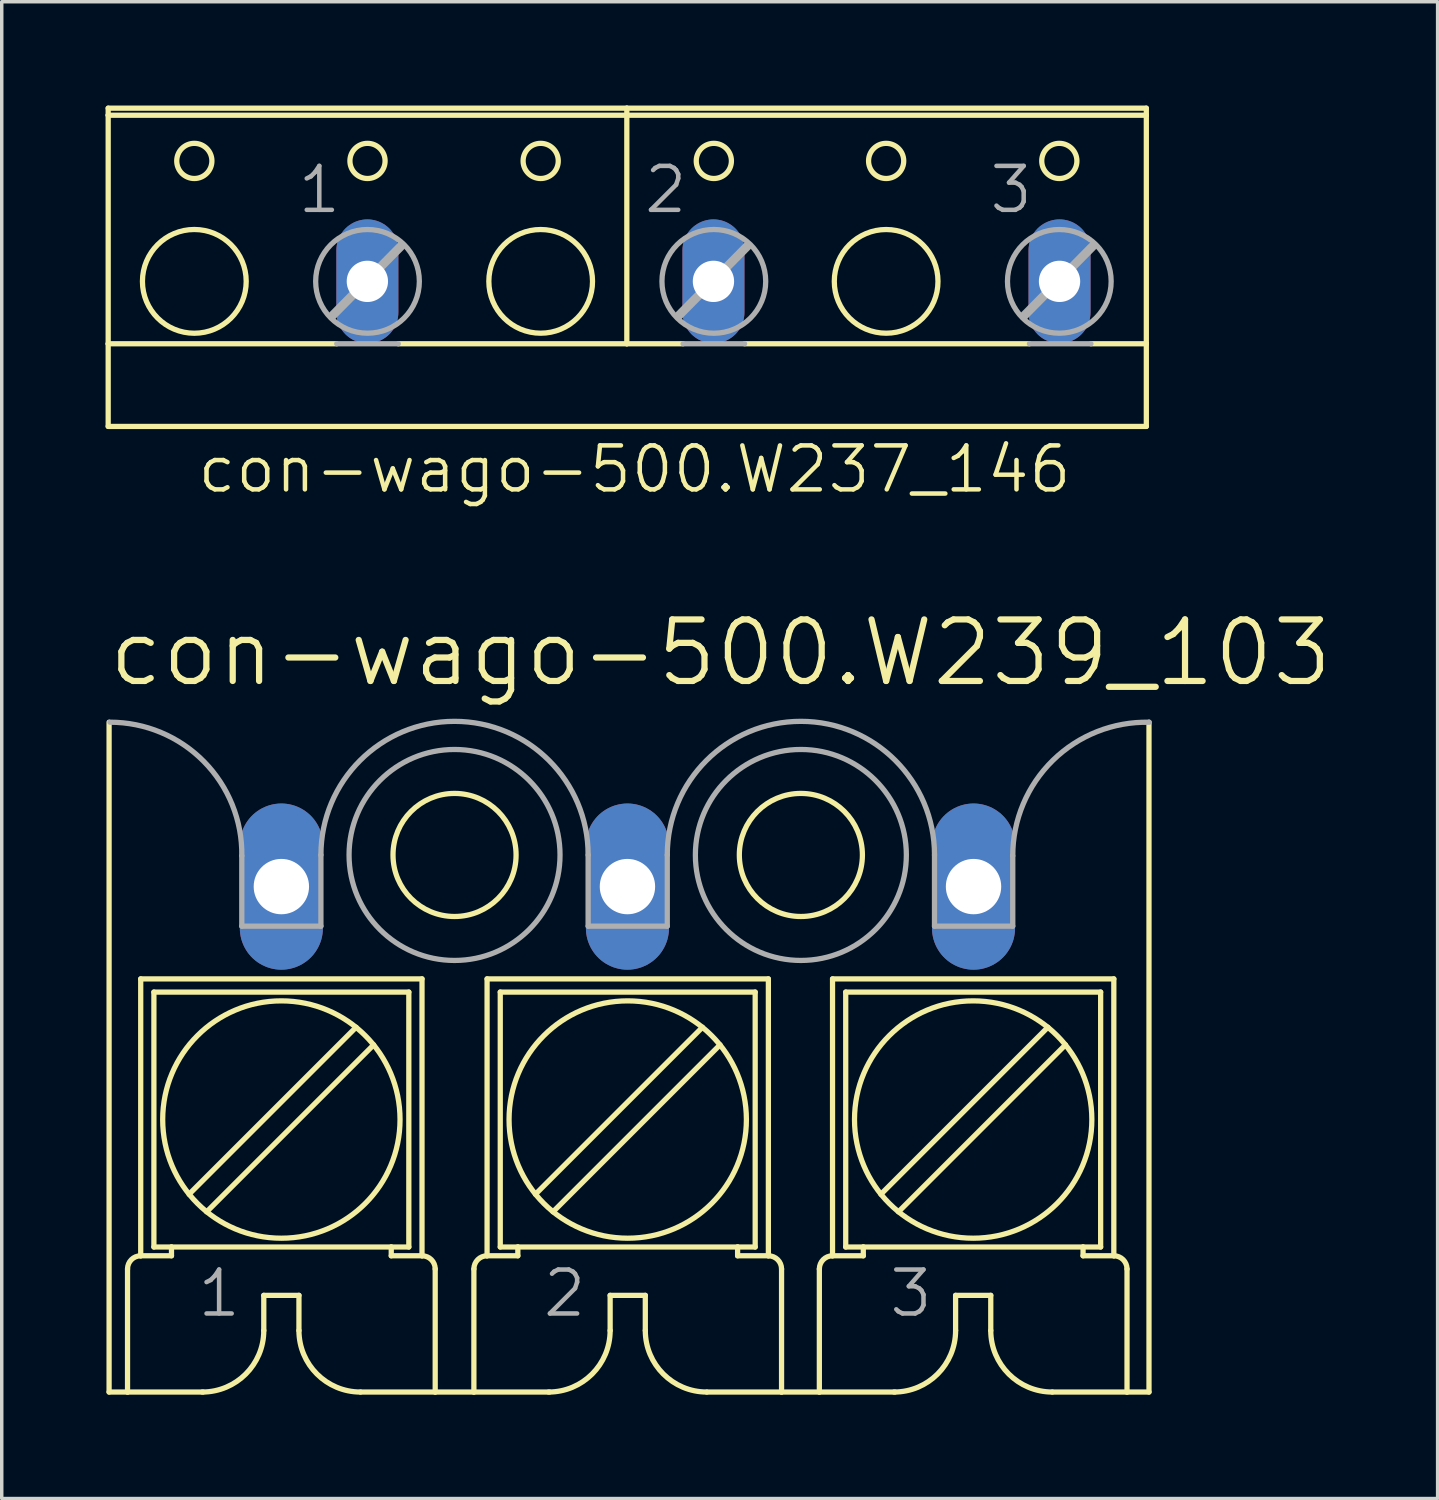
<source format=kicad_pcb>
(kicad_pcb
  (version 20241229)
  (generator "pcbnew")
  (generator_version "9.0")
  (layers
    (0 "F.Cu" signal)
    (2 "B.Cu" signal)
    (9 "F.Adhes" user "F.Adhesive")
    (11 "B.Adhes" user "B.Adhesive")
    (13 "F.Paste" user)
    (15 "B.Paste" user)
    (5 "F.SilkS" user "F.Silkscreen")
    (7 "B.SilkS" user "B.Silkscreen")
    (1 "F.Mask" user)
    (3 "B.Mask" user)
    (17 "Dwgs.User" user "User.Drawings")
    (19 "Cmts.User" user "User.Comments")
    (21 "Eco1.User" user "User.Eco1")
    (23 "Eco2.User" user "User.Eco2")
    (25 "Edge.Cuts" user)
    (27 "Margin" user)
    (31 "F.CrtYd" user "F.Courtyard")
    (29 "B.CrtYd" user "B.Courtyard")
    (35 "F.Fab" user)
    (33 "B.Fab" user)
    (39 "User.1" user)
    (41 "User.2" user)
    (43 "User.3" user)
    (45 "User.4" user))
  (footprint "con-wago-500.W239_103"
    (layer "F.Cu")
    (at 15.08 27.568)
    (property "Reference" "con-wago-500.W239_103" (at -15.08 -10.715 0) (layer "F.SilkS") (effects (font (size 1.778 1.778) (thickness 0.18)) (justify left bottom)))
    (attr through_hole)
    (fp_line (start -14.978 9.605) (end -14.978 -9.75) (stroke (width 0.152) (type default)) (layer "F.SilkS"))
    (fp_line (start -14.978 9.605) (end -14.445 9.605) (stroke (width 0.152) (type default)) (layer "F.SilkS"))
    (fp_line (start -14.445 9.605) (end -14.445 6.049) (stroke (width 0.152) (type default)) (layer "F.SilkS"))
    (fp_line (start -14.445 9.605) (end -12.261 9.605) (stroke (width 0.152) (type default)) (layer "F.SilkS"))
    (fp_line (start -14.064 -2.333) (end -5.936 -2.333) (stroke (width 0.152) (type default)) (layer "F.SilkS"))
    (fp_line (start -14.064 5.668) (end -14.064 -2.333) (stroke (width 0.152) (type default)) (layer "F.SilkS"))
    (fp_line (start -14.064 5.668) (end -13.175 5.668) (stroke (width 0.152) (type default)) (layer "F.SilkS"))
    (fp_line (start -13.683 -1.952) (end -6.317 -1.952) (stroke (width 0.152) (type default)) (layer "F.SilkS"))
    (fp_line (start -13.683 5.414) (end -13.683 -1.952) (stroke (width 0.152) (type default)) (layer "F.SilkS"))
    (fp_line (start -13.683 5.414) (end -13.175 5.414) (stroke (width 0.152) (type default)) (layer "F.SilkS"))
    (fp_line (start -13.175 5.414) (end -13.175 5.668) (stroke (width 0.152) (type default)) (layer "F.SilkS"))
    (fp_line (start -12.667 3.89) (end -7.841 -0.936) (stroke (width 0.152) (type default)) (layer "F.SilkS"))
    (fp_line (start -12.159 4.398) (end -7.333 -0.428) (stroke (width 0.152) (type default)) (layer "F.SilkS"))
    (fp_line (start -10.508 6.811) (end -10.508 7.827) (stroke (width 0.152) (type default)) (layer "F.SilkS"))
    (fp_line (start -10.508 6.811) (end -9.492 6.811) (stroke (width 0.152) (type default)) (layer "F.SilkS"))
    (fp_line (start -9.492 6.811) (end -9.492 7.827) (stroke (width 0.152) (type default)) (layer "F.SilkS"))
    (fp_line (start -7.714 9.605) (end -5.555 9.605) (stroke (width 0.152) (type default)) (layer "F.SilkS"))
    (fp_line (start -6.825 5.414) (end -13.175 5.414) (stroke (width 0.152) (type default)) (layer "F.SilkS"))
    (fp_line (start -6.825 5.414) (end -6.825 5.668) (stroke (width 0.152) (type default)) (layer "F.SilkS"))
    (fp_line (start -6.825 5.414) (end -6.317 5.414) (stroke (width 0.152) (type default)) (layer "F.SilkS"))
    (fp_line (start -6.825 5.668) (end -5.936 5.668) (stroke (width 0.152) (type default)) (layer "F.SilkS"))
    (fp_line (start -6.317 5.414) (end -6.317 -1.952) (stroke (width 0.152) (type default)) (layer "F.SilkS"))
    (fp_line (start -5.936 5.668) (end -5.936 -2.333) (stroke (width 0.152) (type default)) (layer "F.SilkS"))
    (fp_line (start -5.555 9.605) (end -5.555 6.049) (stroke (width 0.152) (type default)) (layer "F.SilkS"))
    (fp_line (start -5.555 9.605) (end -4.437 9.605) (stroke (width 0.152) (type default)) (layer "F.SilkS"))
    (fp_line (start -4.437 9.605) (end -4.437 6.049) (stroke (width 0.152) (type default)) (layer "F.SilkS"))
    (fp_line (start -4.437 9.605) (end -2.253 9.605) (stroke (width 0.152) (type default)) (layer "F.SilkS"))
    (fp_line (start -4.056 -2.333) (end 4.072 -2.333) (stroke (width 0.152) (type default)) (layer "F.SilkS"))
    (fp_line (start -4.056 5.668) (end -4.056 -2.333) (stroke (width 0.152) (type default)) (layer "F.SilkS"))
    (fp_line (start -4.056 5.668) (end -3.167 5.668) (stroke (width 0.152) (type default)) (layer "F.SilkS"))
    (fp_line (start -3.675 -1.952) (end 3.691 -1.952) (stroke (width 0.152) (type default)) (layer "F.SilkS"))
    (fp_line (start -3.675 5.414) (end -3.675 -1.952) (stroke (width 0.152) (type default)) (layer "F.SilkS"))
    (fp_line (start -3.675 5.414) (end -3.167 5.414) (stroke (width 0.152) (type default)) (layer "F.SilkS"))
    (fp_line (start -3.167 5.414) (end -3.167 5.668) (stroke (width 0.152) (type default)) (layer "F.SilkS"))
    (fp_line (start -2.659 3.89) (end 2.167 -0.936) (stroke (width 0.152) (type default)) (layer "F.SilkS"))
    (fp_line (start -2.151 4.398) (end 2.675 -0.428) (stroke (width 0.152) (type default)) (layer "F.SilkS"))
    (fp_line (start -0.5 6.811) (end -0.5 7.827) (stroke (width 0.152) (type default)) (layer "F.SilkS"))
    (fp_line (start -0.5 6.811) (end 0.516 6.811) (stroke (width 0.152) (type default)) (layer "F.SilkS"))
    (fp_line (start 0.516 6.811) (end 0.516 7.827) (stroke (width 0.152) (type default)) (layer "F.SilkS"))
    (fp_line (start 2.294 9.605) (end 4.453 9.605) (stroke (width 0.152) (type default)) (layer "F.SilkS"))
    (fp_line (start 3.183 5.414) (end -3.167 5.414) (stroke (width 0.152) (type default)) (layer "F.SilkS"))
    (fp_line (start 3.183 5.414) (end 3.183 5.668) (stroke (width 0.152) (type default)) (layer "F.SilkS"))
    (fp_line (start 3.183 5.414) (end 3.691 5.414) (stroke (width 0.152) (type default)) (layer "F.SilkS"))
    (fp_line (start 3.183 5.668) (end 4.072 5.668) (stroke (width 0.152) (type default)) (layer "F.SilkS"))
    (fp_line (start 3.691 5.414) (end 3.691 -1.952) (stroke (width 0.152) (type default)) (layer "F.SilkS"))
    (fp_line (start 4.072 5.668) (end 4.072 -2.333) (stroke (width 0.152) (type default)) (layer "F.SilkS"))
    (fp_line (start 4.453 9.605) (end 4.453 6.049) (stroke (width 0.152) (type default)) (layer "F.SilkS"))
    (fp_line (start 4.453 9.605) (end 5.545 9.605) (stroke (width 0.152) (type default)) (layer "F.SilkS"))
    (fp_line (start 5.545 9.605) (end 5.545 6.049) (stroke (width 0.152) (type default)) (layer "F.SilkS"))
    (fp_line (start 5.545 9.605) (end 7.729 9.605) (stroke (width 0.152) (type default)) (layer "F.SilkS"))
    (fp_line (start 5.926 -2.333) (end 14.054 -2.333) (stroke (width 0.152) (type default)) (layer "F.SilkS"))
    (fp_line (start 5.926 5.668) (end 5.926 -2.333) (stroke (width 0.152) (type default)) (layer "F.SilkS"))
    (fp_line (start 5.926 5.668) (end 6.815 5.668) (stroke (width 0.152) (type default)) (layer "F.SilkS"))
    (fp_line (start 6.307 -1.952) (end 13.673 -1.952) (stroke (width 0.152) (type default)) (layer "F.SilkS"))
    (fp_line (start 6.307 5.414) (end 6.307 -1.952) (stroke (width 0.152) (type default)) (layer "F.SilkS"))
    (fp_line (start 6.307 5.414) (end 6.815 5.414) (stroke (width 0.152) (type default)) (layer "F.SilkS"))
    (fp_line (start 6.815 5.414) (end 6.815 5.668) (stroke (width 0.152) (type default)) (layer "F.SilkS"))
    (fp_line (start 7.323 3.89) (end 12.149 -0.936) (stroke (width 0.152) (type default)) (layer "F.SilkS"))
    (fp_line (start 7.831 4.398) (end 12.657 -0.428) (stroke (width 0.152) (type default)) (layer "F.SilkS"))
    (fp_line (start 9.482 6.811) (end 9.482 7.827) (stroke (width 0.152) (type default)) (layer "F.SilkS"))
    (fp_line (start 9.482 6.811) (end 10.498 6.811) (stroke (width 0.152) (type default)) (layer "F.SilkS"))
    (fp_line (start 10.498 6.811) (end 10.498 7.827) (stroke (width 0.152) (type default)) (layer "F.SilkS"))
    (fp_line (start 12.276 9.605) (end 14.435 9.605) (stroke (width 0.152) (type default)) (layer "F.SilkS"))
    (fp_line (start 13.165 5.414) (end 6.815 5.414) (stroke (width 0.152) (type default)) (layer "F.SilkS"))
    (fp_line (start 13.165 5.414) (end 13.165 5.668) (stroke (width 0.152) (type default)) (layer "F.SilkS"))
    (fp_line (start 13.165 5.414) (end 13.673 5.414) (stroke (width 0.152) (type default)) (layer "F.SilkS"))
    (fp_line (start 13.165 5.668) (end 14.054 5.668) (stroke (width 0.152) (type default)) (layer "F.SilkS"))
    (fp_line (start 13.673 5.414) (end 13.673 -1.952) (stroke (width 0.152) (type default)) (layer "F.SilkS"))
    (fp_line (start 14.054 5.668) (end 14.054 -2.333) (stroke (width 0.152) (type default)) (layer "F.SilkS"))
    (fp_line (start 14.435 9.605) (end 14.435 6.049) (stroke (width 0.152) (type default)) (layer "F.SilkS"))
    (fp_line (start 15.07 9.605) (end 14.435 9.605) (stroke (width 0.152) (type default)) (layer "F.SilkS"))
    (fp_line (start 15.07 9.605) (end 15.07 -9.75) (stroke (width 0.152) (type default)) (layer "F.SilkS"))
    (fp_arc (start -14.445 6.049) (mid -14.333408 5.779592) (end -14.064 5.668) (stroke (width 0.1524) (type default)) (layer "F.SilkS"))
    (fp_arc (start -10.508 7.827) (mid -11.028764 9.084236) (end -12.286 9.605) (stroke (width 0.1524) (type default)) (layer "F.SilkS"))
    (fp_arc (start -7.714 9.605) (mid -8.971236 9.084236) (end -9.492 7.827) (stroke (width 0.1524) (type default)) (layer "F.SilkS"))
    (fp_arc (start -5.936 5.668) (mid -5.666592 5.779592) (end -5.555 6.049) (stroke (width 0.1524) (type default)) (layer "F.SilkS"))
    (fp_arc (start -4.437 6.049) (mid -4.325408 5.779592) (end -4.056 5.668) (stroke (width 0.1524) (type default)) (layer "F.SilkS"))
    (fp_arc (start -0.5 7.827) (mid -1.020764 9.084236) (end -2.278 9.605) (stroke (width 0.1524) (type default)) (layer "F.SilkS"))
    (fp_arc (start 2.294 9.605) (mid 1.036764 9.084236) (end 0.516 7.827) (stroke (width 0.1524) (type default)) (layer "F.SilkS"))
    (fp_arc (start 4.072 5.668) (mid 4.341408 5.779592) (end 4.453 6.049) (stroke (width 0.1524) (type default)) (layer "F.SilkS"))
    (fp_arc (start 5.545 6.049) (mid 5.656592 5.779592) (end 5.926 5.668) (stroke (width 0.1524) (type default)) (layer "F.SilkS"))
    (fp_arc (start 9.482 7.827) (mid 8.961236 9.084236) (end 7.704 9.605) (stroke (width 0.1524) (type default)) (layer "F.SilkS"))
    (fp_arc (start 12.276 9.605) (mid 11.018764 9.084236) (end 10.498 7.827) (stroke (width 0.1524) (type default)) (layer "F.SilkS"))
    (fp_arc (start 14.054 5.668) (mid 14.323408 5.779592) (end 14.435 6.049) (stroke (width 0.1524) (type default)) (layer "F.SilkS"))
    (fp_circle (center -10 1.731) (end -6.571 1.731) (stroke (width 0.152) (type default)) (fill no) (layer "F.SilkS"))
    (fp_circle (center -4.996 -5.914) (end -3.218 -5.914) (stroke (width 0.152) (type default)) (fill no) (layer "F.SilkS"))
    (fp_circle (center 0.008 1.731) (end 3.437 1.731) (stroke (width 0.152) (type default)) (fill no) (layer "F.SilkS"))
    (fp_circle (center 5.011 -5.914) (end 6.789 -5.914) (stroke (width 0.152) (type default)) (fill no) (layer "F.SilkS"))
    (fp_circle (center 9.99 1.731) (end 13.419 1.731) (stroke (width 0.152) (type default)) (fill no) (layer "F.SilkS"))
    (fp_line (start -11.143 -3.857) (end -11.143 -5.889) (stroke (width 0.152) (type default)) (layer "F.Fab"))
    (fp_line (start -11.143 -3.857) (end -8.857 -3.857) (stroke (width 0.152) (type default)) (layer "F.Fab"))
    (fp_line (start -8.857 -3.857) (end -8.857 -5.914) (stroke (width 0.152) (type default)) (layer "F.Fab"))
    (fp_line (start -1.135 -3.857) (end -1.135 -5.914) (stroke (width 0.152) (type default)) (layer "F.Fab"))
    (fp_line (start -1.135 -3.857) (end 1.151 -3.857) (stroke (width 0.152) (type default)) (layer "F.Fab"))
    (fp_line (start 1.151 -3.857) (end 1.151 -5.914) (stroke (width 0.152) (type default)) (layer "F.Fab"))
    (fp_line (start 8.872 -3.857) (end 8.872 -5.914) (stroke (width 0.152) (type default)) (layer "F.Fab"))
    (fp_line (start 8.872 -3.857) (end 11.133 -3.857) (stroke (width 0.152) (type default)) (layer "F.Fab"))
    (fp_line (start 11.133 -3.857) (end 11.133 -5.889) (stroke (width 0.152) (type default)) (layer "F.Fab"))
    (fp_rect (start -10.508 -4.492) (end -9.492 -5.508) (stroke (width 0.05) (type default)) (fill no) (layer "F.Fab"))
    (fp_rect (start -0.5 -4.492) (end 0.516 -5.508) (stroke (width 0.05) (type default)) (fill no) (layer "F.Fab"))
    (fp_rect (start 9.482 -4.492) (end 10.498 -5.508) (stroke (width 0.05) (type default)) (fill no) (layer "F.Fab"))
    (fp_arc (start -14.953 -9.7501) (mid -12.240656 -8.616095) (end -11.1426 -5.889) (stroke (width 0.1524) (type default)) (layer "F.Fab"))
    (fp_arc (start -8.857 -5.914) (mid -4.9962 -9.7748) (end -1.1354 -5.914) (stroke (width 0.1524) (type default)) (layer "F.Fab"))
    (fp_arc (start 1.151 -5.914) (mid 5.0118 -9.7748) (end 8.8726 -5.914) (stroke (width 0.1524) (type default)) (layer "F.Fab"))
    (fp_arc (start 11.133 -5.889) (mid 12.293225 -8.647937) (end 15.0765 -9.7485) (stroke (width 0.1524) (type default)) (layer "F.Fab"))
    (fp_circle (center -4.996 -5.914) (end -1.948 -5.914) (stroke (width 0.152) (type default)) (fill no) (layer "F.Fab"))
    (fp_circle (center 5.011 -5.914) (end 8.059 -5.914) (stroke (width 0.152) (type default)) (fill no) (layer "F.Fab"))
    (fp_text user "1" (at -12.489 7.497 0) (layer "F.Fab") (effects (font (size 1.27 1.27) (thickness 0.13)) (justify left bottom)))
    (fp_text user "3" (at 7.501 7.497 0) (layer "F.Fab") (effects (font (size 1.27 1.27) (thickness 0.13)) (justify left bottom)))
    (fp_text user "2" (at -2.507 7.497 0) (layer "F.Fab") (effects (font (size 1.27 1.27) (thickness 0.13)) (justify left bottom)))
    (pad "1" thru_hole oval (at -10 -5 90) (size 4.801 2.4) (drill 1.6) (layers "*.Cu" "*.Mask"))
    (pad "2" thru_hole oval (at 0 -5 90) (size 4.801 2.4) (drill 1.6) (layers "*.Cu" "*.Mask"))
    (pad "3" thru_hole oval (at 10 -5 90) (size 4.801 2.4) (drill 1.6) (layers "*.Cu" "*.Mask")))
  (footprint "con-wago-500.W237_146"
    (layer "F.Cu")
    (at 15.065 3.81)
    (property "Reference" "con-wago-500.W237_146" (at -12.475 7.442 0) (layer "F.SilkS") (effects (font (size 1.27 1.27) (thickness 0.13)) (justify left bottom)))
    (attr through_hole)
    (fp_line (start -14.989 -3.531) (end -14.989 -3.734) (stroke (width 0.152) (type default)) (layer "F.SilkS"))
    (fp_line (start -14.989 3.073) (end -14.989 -3.531) (stroke (width 0.152) (type default)) (layer "F.SilkS"))
    (fp_line (start -14.989 3.073) (end -8.385 3.073) (stroke (width 0.152) (type default)) (layer "F.SilkS"))
    (fp_line (start -14.989 5.461) (end -14.989 3.073) (stroke (width 0.152) (type default)) (layer "F.SilkS"))
    (fp_line (start -14.989 5.461) (end 15.008 5.461) (stroke (width 0.152) (type default)) (layer "F.SilkS"))
    (fp_line (start -6.607 3.073) (end -0.003 3.073) (stroke (width 0.152) (type default)) (layer "F.SilkS"))
    (fp_line (start -0.003 -3.734) (end -14.989 -3.734) (stroke (width 0.152) (type default)) (layer "F.SilkS"))
    (fp_line (start -0.003 -3.734) (end -0.003 3.073) (stroke (width 0.152) (type default)) (layer "F.SilkS"))
    (fp_line (start -0.003 3.073) (end 1.622 3.073) (stroke (width 0.152) (type default)) (layer "F.SilkS"))
    (fp_line (start 3.4 3.073) (end 11.63 3.073) (stroke (width 0.152) (type default)) (layer "F.SilkS"))
    (fp_line (start 13.408 3.073) (end 15.008 3.073) (stroke (width 0.152) (type default)) (layer "F.SilkS"))
    (fp_line (start 15.008 -3.734) (end -0.003 -3.734) (stroke (width 0.152) (type default)) (layer "F.SilkS"))
    (fp_line (start 15.008 -3.734) (end 15.008 -3.531) (stroke (width 0.152) (type default)) (layer "F.SilkS"))
    (fp_line (start 15.008 -3.531) (end -14.989 -3.531) (stroke (width 0.152) (type default)) (layer "F.SilkS"))
    (fp_line (start 15.008 -3.531) (end 15.008 3.073) (stroke (width 0.152) (type default)) (layer "F.SilkS"))
    (fp_line (start 15.008 3.073) (end 15.008 5.461) (stroke (width 0.152) (type default)) (layer "F.SilkS"))
    (fp_circle (center -12.5 -2.21) (end -11.992 -2.21) (stroke (width 0.152) (type default)) (fill no) (layer "F.SilkS"))
    (fp_circle (center -12.5 1.27) (end -11.001 1.27) (stroke (width 0.152) (type default)) (fill no) (layer "F.SilkS"))
    (fp_circle (center -7.496 -2.21) (end -6.988 -2.21) (stroke (width 0.152) (type default)) (fill no) (layer "F.SilkS"))
    (fp_circle (center -2.492 -2.21) (end -1.984 -2.21) (stroke (width 0.152) (type default)) (fill no) (layer "F.SilkS"))
    (fp_circle (center -2.492 1.27) (end -0.994 1.27) (stroke (width 0.152) (type default)) (fill no) (layer "F.SilkS"))
    (fp_circle (center 2.511 -2.21) (end 3.019 -2.21) (stroke (width 0.152) (type default)) (fill no) (layer "F.SilkS"))
    (fp_circle (center 7.49 -2.21) (end 7.998 -2.21) (stroke (width 0.152) (type default)) (fill no) (layer "F.SilkS"))
    (fp_circle (center 7.49 1.27) (end 8.988 1.27) (stroke (width 0.152) (type default)) (fill no) (layer "F.SilkS"))
    (fp_circle (center 12.494 -2.21) (end 13.002 -2.21) (stroke (width 0.152) (type default)) (fill no) (layer "F.SilkS"))
    (fp_line (start -8.512 2.261) (end -6.531 0.254) (stroke (width 0.254) (type default)) (layer "F.Fab"))
    (fp_line (start -8.385 3.073) (end -6.607 3.073) (stroke (width 0.152) (type default)) (layer "F.Fab"))
    (fp_line (start 1.495 2.261) (end 3.477 0.254) (stroke (width 0.254) (type default)) (layer "F.Fab"))
    (fp_line (start 1.622 3.073) (end 3.4 3.073) (stroke (width 0.152) (type default)) (layer "F.Fab"))
    (fp_line (start 11.478 2.261) (end 13.459 0.254) (stroke (width 0.254) (type default)) (layer "F.Fab"))
    (fp_line (start 11.63 3.073) (end 13.408 3.073) (stroke (width 0.152) (type default)) (layer "F.Fab"))
    (fp_circle (center -7.496 1.27) (end -5.998 1.27) (stroke (width 0.152) (type default)) (fill no) (layer "F.Fab"))
    (fp_circle (center 2.511 1.27) (end 4.01 1.27) (stroke (width 0.152) (type default)) (fill no) (layer "F.Fab"))
    (fp_circle (center 12.494 1.27) (end 13.992 1.27) (stroke (width 0.152) (type default)) (fill no) (layer "F.Fab"))
    (fp_text user "3" (at 10.411 -0.635 0) (layer "F.Fab") (effects (font (size 1.27 1.27) (thickness 0.13)) (justify left bottom)))
    (fp_text user "2" (at 0.429 -0.635 0) (layer "F.Fab") (effects (font (size 1.27 1.27) (thickness 0.13)) (justify left bottom)))
    (fp_text user "1" (at -9.579 -0.635 0) (layer "F.Fab") (effects (font (size 1.27 1.27) (thickness 0.13)) (justify left bottom)))
    (pad "1" thru_hole oval (at -7.5 1.27 90) (size 3.581 1.791) (drill 1.194) (layers "*.Cu" "*.Mask"))
    (pad "2" thru_hole oval (at 2.5 1.27 90) (size 3.581 1.791) (drill 1.194) (layers "*.Cu" "*.Mask"))
    (pad "3" thru_hole oval (at 12.5 1.27 90) (size 3.581 1.791) (drill 1.194) (layers "*.Cu" "*.Mask")))
  (gr_rect
    (start -3 -3)
    (end 38.49 40.249)
    (stroke (width 0.1) (type default))
    (fill no)
    (layer "Edge.Cuts")))
</source>
